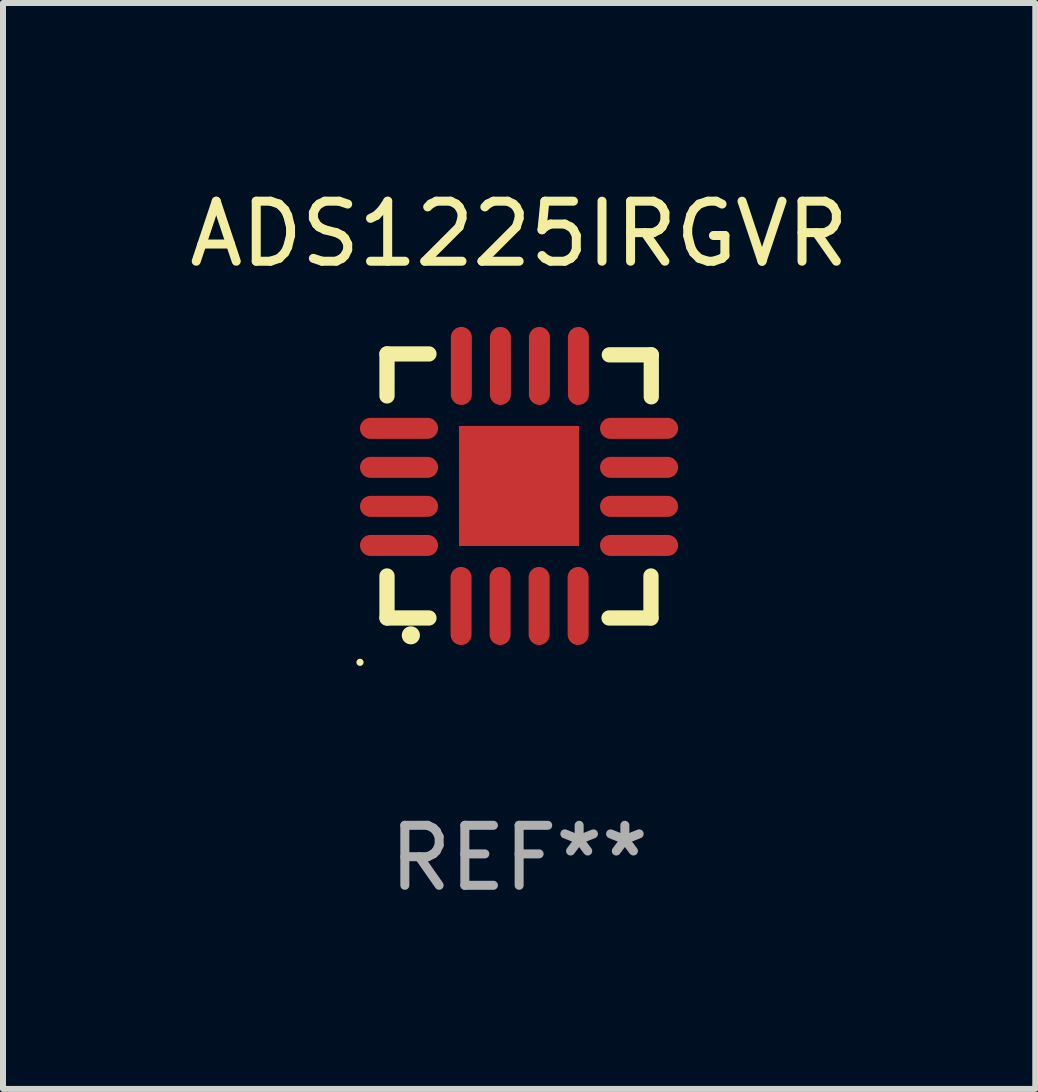
<source format=kicad_pcb>
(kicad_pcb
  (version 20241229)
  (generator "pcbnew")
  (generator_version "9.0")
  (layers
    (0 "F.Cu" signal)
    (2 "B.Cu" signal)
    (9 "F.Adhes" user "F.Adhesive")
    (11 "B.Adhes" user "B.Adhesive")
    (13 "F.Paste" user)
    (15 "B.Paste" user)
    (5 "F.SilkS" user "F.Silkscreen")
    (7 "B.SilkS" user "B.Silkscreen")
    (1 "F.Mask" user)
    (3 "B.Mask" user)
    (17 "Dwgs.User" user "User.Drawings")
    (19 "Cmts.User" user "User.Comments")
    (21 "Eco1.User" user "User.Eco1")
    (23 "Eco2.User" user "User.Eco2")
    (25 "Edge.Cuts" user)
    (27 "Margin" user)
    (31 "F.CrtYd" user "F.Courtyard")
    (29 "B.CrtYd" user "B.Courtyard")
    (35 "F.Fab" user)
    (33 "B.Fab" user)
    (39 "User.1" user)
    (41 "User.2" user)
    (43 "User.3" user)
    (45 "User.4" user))
  (footprint "ADS1225IRGVR"
    (layer "F.Cu")
    (at 5.601 5.048)
    (property "Reference" "ADS1225IRGVR" (at 0 -4.2 0) (layer "F.SilkS") (effects (font (size 1 1) (thickness 0.15))))
    (attr through_hole)
    (fp_line (start -2.202 -2.2) (end -2.202 -1.5) (stroke (width 0.254) (type solid)) (layer "F.SilkS"))
    (fp_line (start -2.202 2.2) (end -2.202 1.5) (stroke (width 0.254) (type solid)) (layer "F.SilkS"))
    (fp_line (start -1.503 -2.2) (end -2.202 -2.2) (stroke (width 0.254) (type solid)) (layer "F.SilkS"))
    (fp_line (start -1.503 2.2) (end -2.202 2.2) (stroke (width 0.254) (type solid)) (layer "F.SilkS"))
    (fp_line (start 1.498 2.2) (end 2.197 2.2) (stroke (width 0.254) (type solid)) (layer "F.SilkS"))
    (fp_line (start 2.197 2.2) (end 2.197 1.5) (stroke (width 0.254) (type solid)) (layer "F.SilkS"))
    (fp_line (start 2.202 -2.185) (end 1.503 -2.185) (stroke (width 0.254) (type solid)) (layer "F.SilkS"))
    (fp_line (start 2.202 -1.485) (end 2.202 -2.185) (stroke (width 0.254) (type solid)) (layer "F.SilkS"))
    (fp_arc (start -1.805944 2.489205) (mid -1.804674 2.4892) (end -1.803404 2.489205) (stroke (width 0.3) (type solid)) (layer "F.SilkS"))
    (fp_circle (center -2.652 2.939) (end -2.622 2.939) (stroke (width 0.06) (type solid)) (fill no) (layer "F.SilkS"))
    (fp_text user "REF**" (at 0 6.2 0) (layer "F.Fab") (effects (font (size 1 1) (thickness 0.15))))
    (pad "1" smd oval (at -0.968 2) (size 0.35 1.3) (layers "F.Cu" "F.Mask" "F.Paste"))
    (pad "2" smd oval (at -0.317 2) (size 0.35 1.3) (layers "F.Cu" "F.Mask" "F.Paste"))
    (pad "3" smd oval (at 0.333 2) (size 0.35 1.3) (layers "F.Cu" "F.Mask" "F.Paste"))
    (pad "4" smd oval (at 0.983 2) (size 0.35 1.3) (layers "F.Cu" "F.Mask" "F.Paste"))
    (pad "5" smd oval (at 1.998 0.991 90) (size 0.35 1.3) (layers "F.Cu" "F.Mask" "F.Paste"))
    (pad "6" smd oval (at 1.998 0.34 90) (size 0.35 1.3) (layers "F.Cu" "F.Mask" "F.Paste"))
    (pad "7" smd oval (at 1.998 -0.31 90) (size 0.35 1.3) (layers "F.Cu" "F.Mask" "F.Paste"))
    (pad "8" smd oval (at 1.998 -0.96 90) (size 0.35 1.3) (layers "F.Cu" "F.Mask" "F.Paste"))
    (pad "9" smd oval (at 0.988 -2) (size 0.35 1.3) (layers "F.Cu" "F.Mask" "F.Paste"))
    (pad "10" smd oval (at 0.338 -2) (size 0.35 1.3) (layers "F.Cu" "F.Mask" "F.Paste"))
    (pad "11" smd oval (at -0.312 -2) (size 0.35 1.3) (layers "F.Cu" "F.Mask" "F.Paste"))
    (pad "12" smd oval (at -0.963 -2) (size 0.35 1.3) (layers "F.Cu" "F.Mask" "F.Paste"))
    (pad "13" smd oval (at -2.002 -0.96 90) (size 0.35 1.3) (layers "F.Cu" "F.Mask" "F.Paste"))
    (pad "14" smd oval (at -2.002 -0.31 90) (size 0.35 1.3) (layers "F.Cu" "F.Mask" "F.Paste"))
    (pad "15" smd oval (at -2.002 0.34 90) (size 0.35 1.3) (layers "F.Cu" "F.Mask" "F.Paste"))
    (pad "16" smd oval (at -2.002 0.991 90) (size 0.35 1.3) (layers "F.Cu" "F.Mask" "F.Paste"))
    (pad "17" smd rect (at -0.002 0.000127 90) (size 2 2) (layers "F.Cu" "F.Mask" "F.Paste")))
  (gr_rect
    (start -3 -3)
    (end 14.202 15.096)
    (stroke (width 0.1) (type default))
    (fill no)
    (layer "Edge.Cuts")))
</source>
